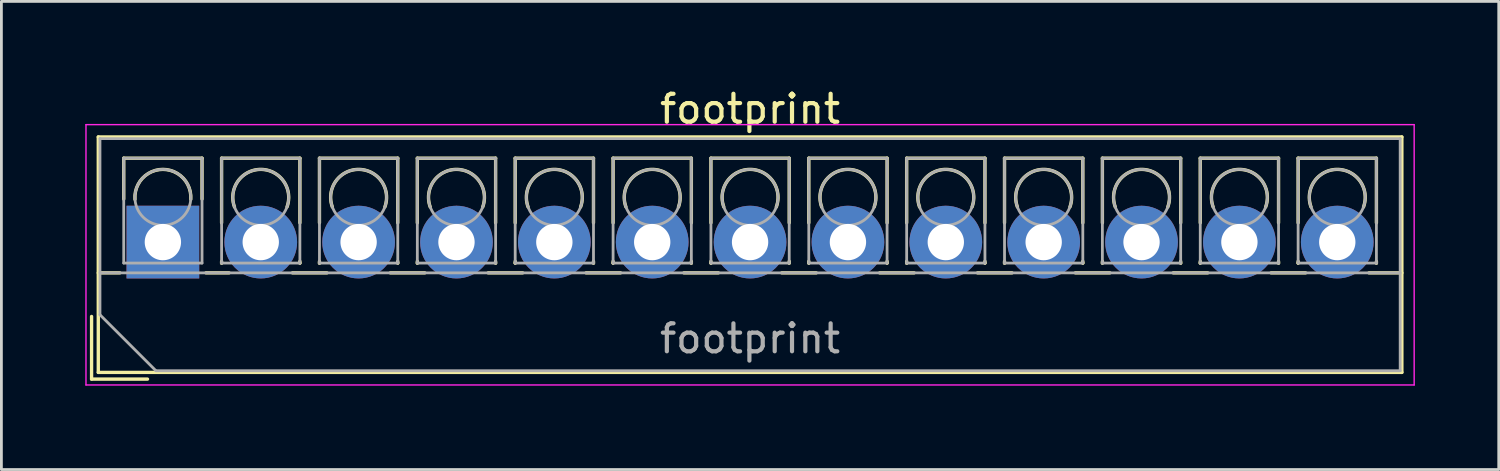
<source format=kicad_pcb>
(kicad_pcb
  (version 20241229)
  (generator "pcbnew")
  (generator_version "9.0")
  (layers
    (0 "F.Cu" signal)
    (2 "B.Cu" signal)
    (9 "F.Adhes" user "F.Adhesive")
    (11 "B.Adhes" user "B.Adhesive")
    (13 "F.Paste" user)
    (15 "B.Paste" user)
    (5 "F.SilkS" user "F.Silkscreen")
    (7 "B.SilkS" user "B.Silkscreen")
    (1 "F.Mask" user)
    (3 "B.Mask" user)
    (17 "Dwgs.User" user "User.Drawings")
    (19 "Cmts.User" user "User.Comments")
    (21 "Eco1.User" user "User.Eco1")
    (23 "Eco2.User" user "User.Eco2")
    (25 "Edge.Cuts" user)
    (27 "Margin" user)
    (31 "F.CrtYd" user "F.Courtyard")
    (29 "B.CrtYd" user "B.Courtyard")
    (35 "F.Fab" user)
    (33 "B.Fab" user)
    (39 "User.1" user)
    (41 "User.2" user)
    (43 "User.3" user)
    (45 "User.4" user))
  (footprint "footprint"
    (layer "F.Cu")
    (at 2.775 5.608)
    (property "Reference" "footprint" (at 21 -4.76 0) (layer "F.SilkS") (effects (font (size 1 1) (thickness 0.15))))
    (attr through_hole)
    (fp_line (start -2.55 2.66) (end -2.55 4.9) (stroke (width 0.12) (type solid)) (layer "F.SilkS"))
    (fp_line (start -2.55 4.9) (end -0.55 4.9) (stroke (width 0.12) (type solid)) (layer "F.SilkS"))
    (fp_line (start -2.31 -3.76) (end -2.31 4.66) (stroke (width 0.12) (type solid)) (layer "F.SilkS"))
    (fp_line (start -2.31 -3.76) (end 44.31 -3.76) (stroke (width 0.12) (type solid)) (layer "F.SilkS"))
    (fp_line (start -2.31 1.101) (end -1.54 1.101) (stroke (width 0.12) (type solid)) (layer "F.SilkS"))
    (fp_line (start -2.31 4.66) (end 44.31 4.66) (stroke (width 0.12) (type solid)) (layer "F.SilkS"))
    (fp_line (start -1.4 -3) (end -1.4 -1.54) (stroke (width 0.12) (type solid)) (layer "F.SilkS"))
    (fp_line (start -1.4 -3) (end 1.4 -3) (stroke (width 0.12) (type solid)) (layer "F.SilkS"))
    (fp_line (start 1.4 -3) (end 1.4 -1.54) (stroke (width 0.12) (type solid)) (layer "F.SilkS"))
    (fp_line (start 1.54 1.101) (end 2.367 1.101) (stroke (width 0.12) (type solid)) (layer "F.SilkS"))
    (fp_line (start 2.1 -3) (end 2.1 -0.689) (stroke (width 0.12) (type solid)) (layer "F.SilkS"))
    (fp_line (start 2.1 -3) (end 4.9 -3) (stroke (width 0.12) (type solid)) (layer "F.SilkS"))
    (fp_line (start 2.1 0.689) (end 2.1 0.75) (stroke (width 0.12) (type solid)) (layer "F.SilkS"))
    (fp_line (start 2.1 0.75) (end 2.101 0.75) (stroke (width 0.12) (type solid)) (layer "F.SilkS"))
    (fp_line (start 4.634 1.101) (end 5.867 1.101) (stroke (width 0.12) (type solid)) (layer "F.SilkS"))
    (fp_line (start 4.9 -3) (end 4.9 -0.689) (stroke (width 0.12) (type solid)) (layer "F.SilkS"))
    (fp_line (start 4.9 0.689) (end 4.9 0.75) (stroke (width 0.12) (type solid)) (layer "F.SilkS"))
    (fp_line (start 4.9 0.75) (end 4.9 0.75) (stroke (width 0.12) (type solid)) (layer "F.SilkS"))
    (fp_line (start 5.6 -3) (end 5.6 -0.689) (stroke (width 0.12) (type solid)) (layer "F.SilkS"))
    (fp_line (start 5.6 -3) (end 8.4 -3) (stroke (width 0.12) (type solid)) (layer "F.SilkS"))
    (fp_line (start 5.6 0.689) (end 5.6 0.75) (stroke (width 0.12) (type solid)) (layer "F.SilkS"))
    (fp_line (start 5.6 0.75) (end 5.601 0.75) (stroke (width 0.12) (type solid)) (layer "F.SilkS"))
    (fp_line (start 8.134 1.101) (end 9.367 1.101) (stroke (width 0.12) (type solid)) (layer "F.SilkS"))
    (fp_line (start 8.4 -3) (end 8.4 -0.689) (stroke (width 0.12) (type solid)) (layer "F.SilkS"))
    (fp_line (start 8.4 0.689) (end 8.4 0.75) (stroke (width 0.12) (type solid)) (layer "F.SilkS"))
    (fp_line (start 8.4 0.75) (end 8.4 0.75) (stroke (width 0.12) (type solid)) (layer "F.SilkS"))
    (fp_line (start 9.1 -3) (end 9.1 -0.689) (stroke (width 0.12) (type solid)) (layer "F.SilkS"))
    (fp_line (start 9.1 -3) (end 11.9 -3) (stroke (width 0.12) (type solid)) (layer "F.SilkS"))
    (fp_line (start 9.1 0.689) (end 9.1 0.75) (stroke (width 0.12) (type solid)) (layer "F.SilkS"))
    (fp_line (start 9.1 0.75) (end 9.101 0.75) (stroke (width 0.12) (type solid)) (layer "F.SilkS"))
    (fp_line (start 11.634 1.101) (end 12.867 1.101) (stroke (width 0.12) (type solid)) (layer "F.SilkS"))
    (fp_line (start 11.9 -3) (end 11.9 -0.689) (stroke (width 0.12) (type solid)) (layer "F.SilkS"))
    (fp_line (start 11.9 0.689) (end 11.9 0.75) (stroke (width 0.12) (type solid)) (layer "F.SilkS"))
    (fp_line (start 11.9 0.75) (end 11.9 0.75) (stroke (width 0.12) (type solid)) (layer "F.SilkS"))
    (fp_line (start 12.6 -3) (end 12.6 -0.689) (stroke (width 0.12) (type solid)) (layer "F.SilkS"))
    (fp_line (start 12.6 -3) (end 15.4 -3) (stroke (width 0.12) (type solid)) (layer "F.SilkS"))
    (fp_line (start 12.6 0.689) (end 12.6 0.75) (stroke (width 0.12) (type solid)) (layer "F.SilkS"))
    (fp_line (start 12.6 0.75) (end 12.601 0.75) (stroke (width 0.12) (type solid)) (layer "F.SilkS"))
    (fp_line (start 15.134 1.101) (end 16.367 1.101) (stroke (width 0.12) (type solid)) (layer "F.SilkS"))
    (fp_line (start 15.4 -3) (end 15.4 -0.689) (stroke (width 0.12) (type solid)) (layer "F.SilkS"))
    (fp_line (start 15.4 0.689) (end 15.4 0.75) (stroke (width 0.12) (type solid)) (layer "F.SilkS"))
    (fp_line (start 15.4 0.75) (end 15.4 0.75) (stroke (width 0.12) (type solid)) (layer "F.SilkS"))
    (fp_line (start 16.101 -3) (end 16.101 -0.689) (stroke (width 0.12) (type solid)) (layer "F.SilkS"))
    (fp_line (start 16.101 -3) (end 18.9 -3) (stroke (width 0.12) (type solid)) (layer "F.SilkS"))
    (fp_line (start 16.101 0.689) (end 16.101 0.75) (stroke (width 0.12) (type solid)) (layer "F.SilkS"))
    (fp_line (start 16.101 0.75) (end 16.101 0.75) (stroke (width 0.12) (type solid)) (layer "F.SilkS"))
    (fp_line (start 18.634 1.101) (end 19.867 1.101) (stroke (width 0.12) (type solid)) (layer "F.SilkS"))
    (fp_line (start 18.9 -3) (end 18.9 -0.689) (stroke (width 0.12) (type solid)) (layer "F.SilkS"))
    (fp_line (start 18.9 0.689) (end 18.9 0.75) (stroke (width 0.12) (type solid)) (layer "F.SilkS"))
    (fp_line (start 18.9 0.75) (end 18.9 0.75) (stroke (width 0.12) (type solid)) (layer "F.SilkS"))
    (fp_line (start 19.6 -3) (end 19.6 -0.689) (stroke (width 0.12) (type solid)) (layer "F.SilkS"))
    (fp_line (start 19.6 -3) (end 22.4 -3) (stroke (width 0.12) (type solid)) (layer "F.SilkS"))
    (fp_line (start 19.6 0.689) (end 19.6 0.75) (stroke (width 0.12) (type solid)) (layer "F.SilkS"))
    (fp_line (start 19.6 0.75) (end 19.601 0.75) (stroke (width 0.12) (type solid)) (layer "F.SilkS"))
    (fp_line (start 22.134 1.101) (end 23.367 1.101) (stroke (width 0.12) (type solid)) (layer "F.SilkS"))
    (fp_line (start 22.4 -3) (end 22.4 -0.689) (stroke (width 0.12) (type solid)) (layer "F.SilkS"))
    (fp_line (start 22.4 0.689) (end 22.4 0.75) (stroke (width 0.12) (type solid)) (layer "F.SilkS"))
    (fp_line (start 22.4 0.75) (end 22.4 0.75) (stroke (width 0.12) (type solid)) (layer "F.SilkS"))
    (fp_line (start 23.1 -3) (end 23.1 -0.689) (stroke (width 0.12) (type solid)) (layer "F.SilkS"))
    (fp_line (start 23.1 -3) (end 25.9 -3) (stroke (width 0.12) (type solid)) (layer "F.SilkS"))
    (fp_line (start 23.1 0.689) (end 23.1 0.75) (stroke (width 0.12) (type solid)) (layer "F.SilkS"))
    (fp_line (start 23.1 0.75) (end 23.101 0.75) (stroke (width 0.12) (type solid)) (layer "F.SilkS"))
    (fp_line (start 25.634 1.101) (end 26.867 1.101) (stroke (width 0.12) (type solid)) (layer "F.SilkS"))
    (fp_line (start 25.9 -3) (end 25.9 -0.689) (stroke (width 0.12) (type solid)) (layer "F.SilkS"))
    (fp_line (start 25.9 0.689) (end 25.9 0.75) (stroke (width 0.12) (type solid)) (layer "F.SilkS"))
    (fp_line (start 25.9 0.75) (end 25.9 0.75) (stroke (width 0.12) (type solid)) (layer "F.SilkS"))
    (fp_line (start 26.6 -3) (end 26.6 -0.689) (stroke (width 0.12) (type solid)) (layer "F.SilkS"))
    (fp_line (start 26.6 -3) (end 29.4 -3) (stroke (width 0.12) (type solid)) (layer "F.SilkS"))
    (fp_line (start 26.6 0.689) (end 26.6 0.75) (stroke (width 0.12) (type solid)) (layer "F.SilkS"))
    (fp_line (start 26.6 0.75) (end 26.601 0.75) (stroke (width 0.12) (type solid)) (layer "F.SilkS"))
    (fp_line (start 29.134 1.101) (end 30.367 1.101) (stroke (width 0.12) (type solid)) (layer "F.SilkS"))
    (fp_line (start 29.4 -3) (end 29.4 -0.689) (stroke (width 0.12) (type solid)) (layer "F.SilkS"))
    (fp_line (start 29.4 0.689) (end 29.4 0.75) (stroke (width 0.12) (type solid)) (layer "F.SilkS"))
    (fp_line (start 29.4 0.75) (end 29.4 0.75) (stroke (width 0.12) (type solid)) (layer "F.SilkS"))
    (fp_line (start 30.1 -3) (end 30.1 -0.689) (stroke (width 0.12) (type solid)) (layer "F.SilkS"))
    (fp_line (start 30.1 -3) (end 32.9 -3) (stroke (width 0.12) (type solid)) (layer "F.SilkS"))
    (fp_line (start 30.1 0.689) (end 30.1 0.75) (stroke (width 0.12) (type solid)) (layer "F.SilkS"))
    (fp_line (start 30.1 0.75) (end 30.101 0.75) (stroke (width 0.12) (type solid)) (layer "F.SilkS"))
    (fp_line (start 32.634 1.101) (end 33.867 1.101) (stroke (width 0.12) (type solid)) (layer "F.SilkS"))
    (fp_line (start 32.9 -3) (end 32.9 -0.689) (stroke (width 0.12) (type solid)) (layer "F.SilkS"))
    (fp_line (start 32.9 0.689) (end 32.9 0.75) (stroke (width 0.12) (type solid)) (layer "F.SilkS"))
    (fp_line (start 32.9 0.75) (end 32.9 0.75) (stroke (width 0.12) (type solid)) (layer "F.SilkS"))
    (fp_line (start 33.6 -3) (end 33.6 -0.689) (stroke (width 0.12) (type solid)) (layer "F.SilkS"))
    (fp_line (start 33.6 -3) (end 36.4 -3) (stroke (width 0.12) (type solid)) (layer "F.SilkS"))
    (fp_line (start 33.6 0.689) (end 33.6 0.75) (stroke (width 0.12) (type solid)) (layer "F.SilkS"))
    (fp_line (start 33.6 0.75) (end 33.601 0.75) (stroke (width 0.12) (type solid)) (layer "F.SilkS"))
    (fp_line (start 36.134 1.101) (end 37.367 1.101) (stroke (width 0.12) (type solid)) (layer "F.SilkS"))
    (fp_line (start 36.4 -3) (end 36.4 -0.689) (stroke (width 0.12) (type solid)) (layer "F.SilkS"))
    (fp_line (start 36.4 0.689) (end 36.4 0.75) (stroke (width 0.12) (type solid)) (layer "F.SilkS"))
    (fp_line (start 36.4 0.75) (end 36.4 0.75) (stroke (width 0.12) (type solid)) (layer "F.SilkS"))
    (fp_line (start 37.1 -3) (end 37.1 -0.689) (stroke (width 0.12) (type solid)) (layer "F.SilkS"))
    (fp_line (start 37.1 -3) (end 39.9 -3) (stroke (width 0.12) (type solid)) (layer "F.SilkS"))
    (fp_line (start 37.1 0.689) (end 37.1 0.75) (stroke (width 0.12) (type solid)) (layer "F.SilkS"))
    (fp_line (start 37.1 0.75) (end 37.101 0.75) (stroke (width 0.12) (type solid)) (layer "F.SilkS"))
    (fp_line (start 39.634 1.101) (end 40.867 1.101) (stroke (width 0.12) (type solid)) (layer "F.SilkS"))
    (fp_line (start 39.9 -3) (end 39.9 -0.689) (stroke (width 0.12) (type solid)) (layer "F.SilkS"))
    (fp_line (start 39.9 0.689) (end 39.9 0.75) (stroke (width 0.12) (type solid)) (layer "F.SilkS"))
    (fp_line (start 39.9 0.75) (end 39.9 0.75) (stroke (width 0.12) (type solid)) (layer "F.SilkS"))
    (fp_line (start 40.6 -3) (end 40.6 -0.689) (stroke (width 0.12) (type solid)) (layer "F.SilkS"))
    (fp_line (start 40.6 -3) (end 43.4 -3) (stroke (width 0.12) (type solid)) (layer "F.SilkS"))
    (fp_line (start 40.6 0.689) (end 40.6 0.75) (stroke (width 0.12) (type solid)) (layer "F.SilkS"))
    (fp_line (start 40.6 0.75) (end 40.601 0.75) (stroke (width 0.12) (type solid)) (layer "F.SilkS"))
    (fp_line (start 43.134 1.101) (end 44.31 1.101) (stroke (width 0.12) (type solid)) (layer "F.SilkS"))
    (fp_line (start 43.4 -3) (end 43.4 -0.689) (stroke (width 0.12) (type solid)) (layer "F.SilkS"))
    (fp_line (start 43.4 0.689) (end 43.4 0.75) (stroke (width 0.12) (type solid)) (layer "F.SilkS"))
    (fp_line (start 43.4 0.75) (end 43.4 0.75) (stroke (width 0.12) (type solid)) (layer "F.SilkS"))
    (fp_line (start 44.31 -3.76) (end 44.31 4.66) (stroke (width 0.12) (type solid)) (layer "F.SilkS"))
    (fp_arc (start -0.99789 -1.529434) (mid -0.000785 -2.600382) (end 0.998 -1.531) (stroke (width 0.12) (type solid)) (layer "F.SilkS"))
    (fp_arc (start 2.560085 -1.257767) (mid 3.499876 -2.600282) (end 4.44 -1.258) (stroke (width 0.12) (type solid)) (layer "F.SilkS"))
    (fp_arc (start 6.060085 -1.257767) (mid 6.999876 -2.600282) (end 7.94 -1.258) (stroke (width 0.12) (type solid)) (layer "F.SilkS"))
    (fp_arc (start 9.560085 -1.257767) (mid 10.499876 -2.600282) (end 11.44 -1.258) (stroke (width 0.12) (type solid)) (layer "F.SilkS"))
    (fp_arc (start 13.060085 -1.257767) (mid 13.999876 -2.600282) (end 14.94 -1.258) (stroke (width 0.12) (type solid)) (layer "F.SilkS"))
    (fp_arc (start 16.560085 -1.257767) (mid 17.499876 -2.600282) (end 18.44 -1.258) (stroke (width 0.12) (type solid)) (layer "F.SilkS"))
    (fp_arc (start 20.060085 -1.257767) (mid 20.999876 -2.600282) (end 21.94 -1.258) (stroke (width 0.12) (type solid)) (layer "F.SilkS"))
    (fp_arc (start 23.560085 -1.257767) (mid 24.499876 -2.600282) (end 25.44 -1.258) (stroke (width 0.12) (type solid)) (layer "F.SilkS"))
    (fp_arc (start 27.060085 -1.257767) (mid 27.999876 -2.600282) (end 28.94 -1.258) (stroke (width 0.12) (type solid)) (layer "F.SilkS"))
    (fp_arc (start 30.560085 -1.257767) (mid 31.499876 -2.600282) (end 32.44 -1.258) (stroke (width 0.12) (type solid)) (layer "F.SilkS"))
    (fp_arc (start 34.060085 -1.257767) (mid 34.999876 -2.600282) (end 35.94 -1.258) (stroke (width 0.12) (type solid)) (layer "F.SilkS"))
    (fp_arc (start 37.560085 -1.257767) (mid 38.499876 -2.600282) (end 39.44 -1.258) (stroke (width 0.12) (type solid)) (layer "F.SilkS"))
    (fp_arc (start 41.060085 -1.257767) (mid 41.999876 -2.600282) (end 42.94 -1.258) (stroke (width 0.12) (type solid)) (layer "F.SilkS"))
    (fp_line (start -2.75 -4.2) (end -2.75 5.11) (stroke (width 0.05) (type solid)) (layer "F.CrtYd"))
    (fp_line (start -2.75 5.11) (end 44.75 5.11) (stroke (width 0.05) (type solid)) (layer "F.CrtYd"))
    (fp_line (start 44.75 -4.2) (end -2.75 -4.2) (stroke (width 0.05) (type solid)) (layer "F.CrtYd"))
    (fp_line (start 44.75 5.11) (end 44.75 -4.2) (stroke (width 0.05) (type solid)) (layer "F.CrtYd"))
    (fp_line (start -2.25 -3.7) (end 44.25 -3.7) (stroke (width 0.1) (type solid)) (layer "F.Fab"))
    (fp_line (start -2.25 1.1) (end 44.25 1.1) (stroke (width 0.1) (type solid)) (layer "F.Fab"))
    (fp_line (start -2.25 2.6) (end -2.25 -3.7) (stroke (width 0.1) (type solid)) (layer "F.Fab"))
    (fp_line (start -1.4 -3) (end -1.4 0.75) (stroke (width 0.1) (type solid)) (layer "F.Fab"))
    (fp_line (start -1.4 0.75) (end 1.4 0.75) (stroke (width 0.1) (type solid)) (layer "F.Fab"))
    (fp_line (start -0.25 4.6) (end -2.25 2.6) (stroke (width 0.1) (type solid)) (layer "F.Fab"))
    (fp_line (start 1.4 -3) (end -1.4 -3) (stroke (width 0.1) (type solid)) (layer "F.Fab"))
    (fp_line (start 1.4 0.75) (end 1.4 -3) (stroke (width 0.1) (type solid)) (layer "F.Fab"))
    (fp_line (start 2.1 -3) (end 2.1 0.75) (stroke (width 0.1) (type solid)) (layer "F.Fab"))
    (fp_line (start 2.1 0.75) (end 4.9 0.75) (stroke (width 0.1) (type solid)) (layer "F.Fab"))
    (fp_line (start 4.9 -3) (end 2.1 -3) (stroke (width 0.1) (type solid)) (layer "F.Fab"))
    (fp_line (start 4.9 0.75) (end 4.9 -3) (stroke (width 0.1) (type solid)) (layer "F.Fab"))
    (fp_line (start 5.6 -3) (end 5.6 0.75) (stroke (width 0.1) (type solid)) (layer "F.Fab"))
    (fp_line (start 5.6 0.75) (end 8.4 0.75) (stroke (width 0.1) (type solid)) (layer "F.Fab"))
    (fp_line (start 8.4 -3) (end 5.6 -3) (stroke (width 0.1) (type solid)) (layer "F.Fab"))
    (fp_line (start 8.4 0.75) (end 8.4 -3) (stroke (width 0.1) (type solid)) (layer "F.Fab"))
    (fp_line (start 9.1 -3) (end 9.1 0.75) (stroke (width 0.1) (type solid)) (layer "F.Fab"))
    (fp_line (start 9.1 0.75) (end 11.9 0.75) (stroke (width 0.1) (type solid)) (layer "F.Fab"))
    (fp_line (start 11.9 -3) (end 9.1 -3) (stroke (width 0.1) (type solid)) (layer "F.Fab"))
    (fp_line (start 11.9 0.75) (end 11.9 -3) (stroke (width 0.1) (type solid)) (layer "F.Fab"))
    (fp_line (start 12.6 -3) (end 12.6 0.75) (stroke (width 0.1) (type solid)) (layer "F.Fab"))
    (fp_line (start 12.6 0.75) (end 15.4 0.75) (stroke (width 0.1) (type solid)) (layer "F.Fab"))
    (fp_line (start 15.4 -3) (end 12.6 -3) (stroke (width 0.1) (type solid)) (layer "F.Fab"))
    (fp_line (start 15.4 0.75) (end 15.4 -3) (stroke (width 0.1) (type solid)) (layer "F.Fab"))
    (fp_line (start 16.101 -3) (end 16.101 0.75) (stroke (width 0.1) (type solid)) (layer "F.Fab"))
    (fp_line (start 16.101 0.75) (end 18.9 0.75) (stroke (width 0.1) (type solid)) (layer "F.Fab"))
    (fp_line (start 18.9 -3) (end 16.101 -3) (stroke (width 0.1) (type solid)) (layer "F.Fab"))
    (fp_line (start 18.9 0.75) (end 18.9 -3) (stroke (width 0.1) (type solid)) (layer "F.Fab"))
    (fp_line (start 19.6 -3) (end 19.6 0.75) (stroke (width 0.1) (type solid)) (layer "F.Fab"))
    (fp_line (start 19.6 0.75) (end 22.4 0.75) (stroke (width 0.1) (type solid)) (layer "F.Fab"))
    (fp_line (start 22.4 -3) (end 19.6 -3) (stroke (width 0.1) (type solid)) (layer "F.Fab"))
    (fp_line (start 22.4 0.75) (end 22.4 -3) (stroke (width 0.1) (type solid)) (layer "F.Fab"))
    (fp_line (start 23.1 -3) (end 23.1 0.75) (stroke (width 0.1) (type solid)) (layer "F.Fab"))
    (fp_line (start 23.1 0.75) (end 25.9 0.75) (stroke (width 0.1) (type solid)) (layer "F.Fab"))
    (fp_line (start 25.9 -3) (end 23.1 -3) (stroke (width 0.1) (type solid)) (layer "F.Fab"))
    (fp_line (start 25.9 0.75) (end 25.9 -3) (stroke (width 0.1) (type solid)) (layer "F.Fab"))
    (fp_line (start 26.6 -3) (end 26.6 0.75) (stroke (width 0.1) (type solid)) (layer "F.Fab"))
    (fp_line (start 26.6 0.75) (end 29.4 0.75) (stroke (width 0.1) (type solid)) (layer "F.Fab"))
    (fp_line (start 29.4 -3) (end 26.6 -3) (stroke (width 0.1) (type solid)) (layer "F.Fab"))
    (fp_line (start 29.4 0.75) (end 29.4 -3) (stroke (width 0.1) (type solid)) (layer "F.Fab"))
    (fp_line (start 30.1 -3) (end 30.1 0.75) (stroke (width 0.1) (type solid)) (layer "F.Fab"))
    (fp_line (start 30.1 0.75) (end 32.9 0.75) (stroke (width 0.1) (type solid)) (layer "F.Fab"))
    (fp_line (start 32.9 -3) (end 30.1 -3) (stroke (width 0.1) (type solid)) (layer "F.Fab"))
    (fp_line (start 32.9 0.75) (end 32.9 -3) (stroke (width 0.1) (type solid)) (layer "F.Fab"))
    (fp_line (start 33.6 -3) (end 33.6 0.75) (stroke (width 0.1) (type solid)) (layer "F.Fab"))
    (fp_line (start 33.6 0.75) (end 36.4 0.75) (stroke (width 0.1) (type solid)) (layer "F.Fab"))
    (fp_line (start 36.4 -3) (end 33.6 -3) (stroke (width 0.1) (type solid)) (layer "F.Fab"))
    (fp_line (start 36.4 0.75) (end 36.4 -3) (stroke (width 0.1) (type solid)) (layer "F.Fab"))
    (fp_line (start 37.1 -3) (end 37.1 0.75) (stroke (width 0.1) (type solid)) (layer "F.Fab"))
    (fp_line (start 37.1 0.75) (end 39.9 0.75) (stroke (width 0.1) (type solid)) (layer "F.Fab"))
    (fp_line (start 39.9 -3) (end 37.1 -3) (stroke (width 0.1) (type solid)) (layer "F.Fab"))
    (fp_line (start 39.9 0.75) (end 39.9 -3) (stroke (width 0.1) (type solid)) (layer "F.Fab"))
    (fp_line (start 40.6 -3) (end 40.6 0.75) (stroke (width 0.1) (type solid)) (layer "F.Fab"))
    (fp_line (start 40.6 0.75) (end 43.4 0.75) (stroke (width 0.1) (type solid)) (layer "F.Fab"))
    (fp_line (start 43.4 -3) (end 40.6 -3) (stroke (width 0.1) (type solid)) (layer "F.Fab"))
    (fp_line (start 43.4 0.75) (end 43.4 -3) (stroke (width 0.1) (type solid)) (layer "F.Fab"))
    (fp_line (start 44.25 -3.7) (end 44.25 4.6) (stroke (width 0.1) (type solid)) (layer "F.Fab"))
    (fp_line (start 44.25 4.6) (end -0.25 4.6) (stroke (width 0.1) (type solid)) (layer "F.Fab"))
    (fp_circle (center 0 -1.6) (end 1 -1.6) (stroke (width 0.1) (type solid)) (fill no) (layer "F.Fab"))
    (fp_circle (center 3.5 -1.6) (end 4.5 -1.6) (stroke (width 0.1) (type solid)) (fill no) (layer "F.Fab"))
    (fp_circle (center 7 -1.6) (end 8 -1.6) (stroke (width 0.1) (type solid)) (fill no) (layer "F.Fab"))
    (fp_circle (center 10.5 -1.6) (end 11.5 -1.6) (stroke (width 0.1) (type solid)) (fill no) (layer "F.Fab"))
    (fp_circle (center 14 -1.6) (end 15 -1.6) (stroke (width 0.1) (type solid)) (fill no) (layer "F.Fab"))
    (fp_circle (center 17.5 -1.6) (end 18.5 -1.6) (stroke (width 0.1) (type solid)) (fill no) (layer "F.Fab"))
    (fp_circle (center 21 -1.6) (end 22 -1.6) (stroke (width 0.1) (type solid)) (fill no) (layer "F.Fab"))
    (fp_circle (center 24.5 -1.6) (end 25.5 -1.6) (stroke (width 0.1) (type solid)) (fill no) (layer "F.Fab"))
    (fp_circle (center 28 -1.6) (end 29 -1.6) (stroke (width 0.1) (type solid)) (fill no) (layer "F.Fab"))
    (fp_circle (center 31.5 -1.6) (end 32.5 -1.6) (stroke (width 0.1) (type solid)) (fill no) (layer "F.Fab"))
    (fp_circle (center 35 -1.6) (end 36 -1.6) (stroke (width 0.1) (type solid)) (fill no) (layer "F.Fab"))
    (fp_circle (center 38.5 -1.6) (end 39.5 -1.6) (stroke (width 0.1) (type solid)) (fill no) (layer "F.Fab"))
    (fp_circle (center 42 -1.6) (end 43 -1.6) (stroke (width 0.1) (type solid)) (fill no) (layer "F.Fab"))
    (fp_text user "${REFERENCE}" (at 21 3.45 0) (layer "F.Fab") (effects (font (size 1 1) (thickness 0.15))))
    (pad "1" thru_hole rect (at 0 0) (size 2.6 2.6) (drill 1.3) (layers "*.Cu" "*.Mask"))
    (pad "2" thru_hole circle (at 3.5 0) (size 2.6 2.6) (drill 1.3) (layers "*.Cu" "*.Mask"))
    (pad "3" thru_hole circle (at 7 0) (size 2.6 2.6) (drill 1.3) (layers "*.Cu" "*.Mask"))
    (pad "4" thru_hole circle (at 10.5 0) (size 2.6 2.6) (drill 1.3) (layers "*.Cu" "*.Mask"))
    (pad "5" thru_hole circle (at 14 0) (size 2.6 2.6) (drill 1.3) (layers "*.Cu" "*.Mask"))
    (pad "6" thru_hole circle (at 17.5 0) (size 2.6 2.6) (drill 1.3) (layers "*.Cu" "*.Mask"))
    (pad "7" thru_hole circle (at 21 0) (size 2.6 2.6) (drill 1.3) (layers "*.Cu" "*.Mask"))
    (pad "8" thru_hole circle (at 24.5 0) (size 2.6 2.6) (drill 1.3) (layers "*.Cu" "*.Mask"))
    (pad "9" thru_hole circle (at 28 0) (size 2.6 2.6) (drill 1.3) (layers "*.Cu" "*.Mask"))
    (pad "10" thru_hole circle (at 31.5 0) (size 2.6 2.6) (drill 1.3) (layers "*.Cu" "*.Mask"))
    (pad "11" thru_hole circle (at 35 0) (size 2.6 2.6) (drill 1.3) (layers "*.Cu" "*.Mask"))
    (pad "12" thru_hole circle (at 38.5 0) (size 2.6 2.6) (drill 1.3) (layers "*.Cu" "*.Mask"))
    (pad "13" thru_hole circle (at 42 0) (size 2.6 2.6) (drill 1.3) (layers "*.Cu" "*.Mask")))
  (gr_rect
    (start -3 -3)
    (end 50.55 13.743)
    (stroke (width 0.1) (type default))
    (fill no)
    (layer "Edge.Cuts")))
</source>
